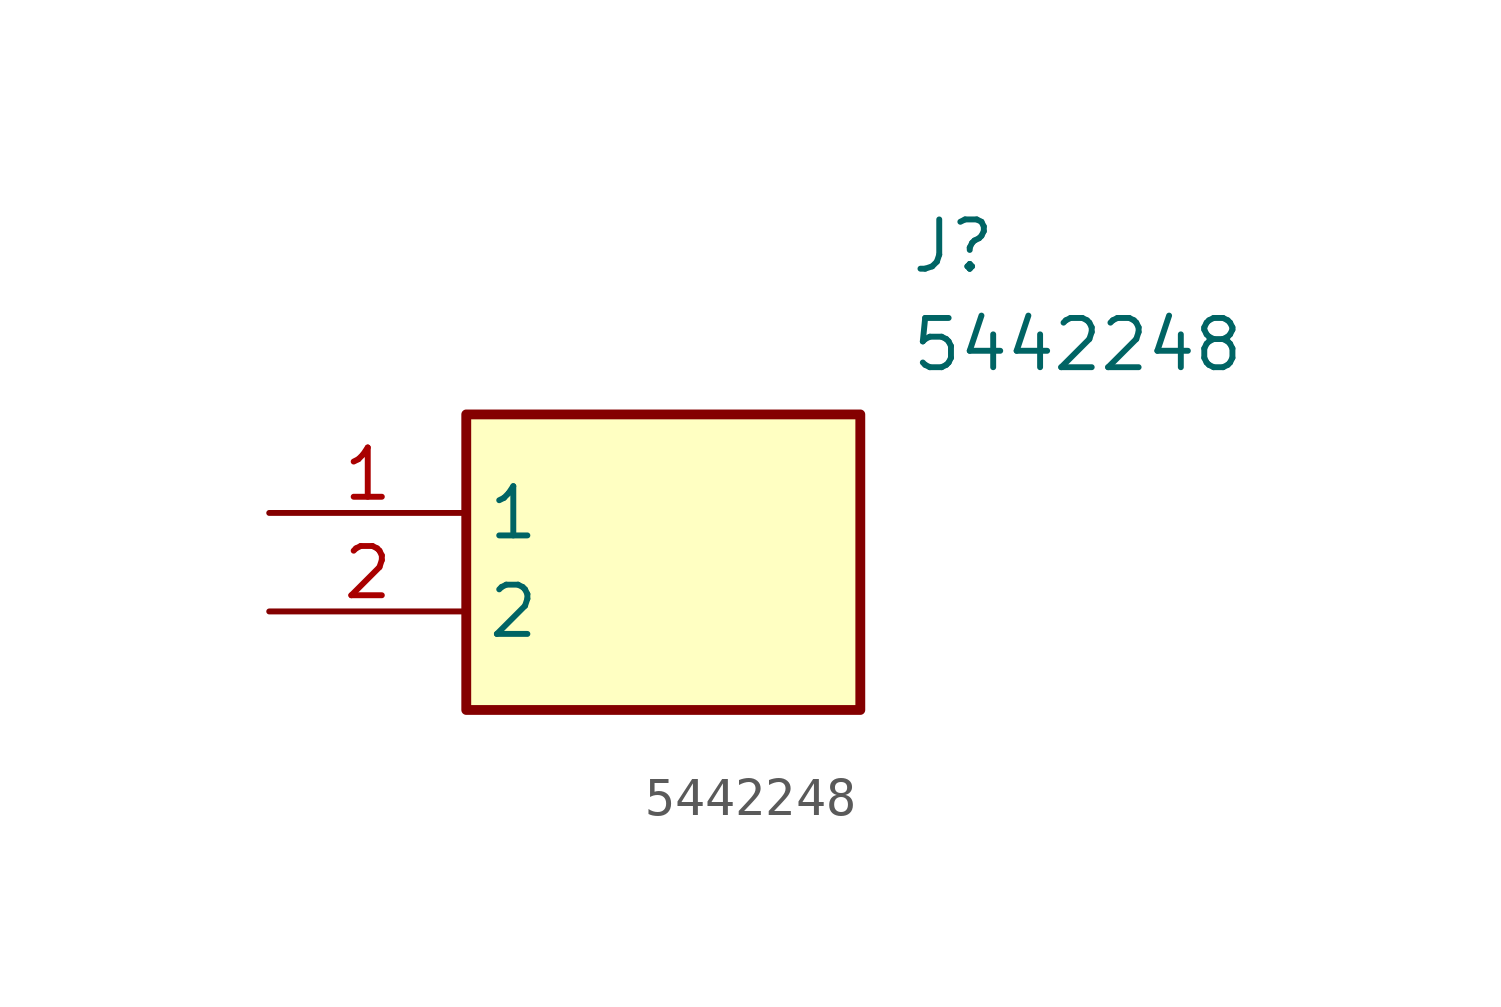
<source format=kicad_sym>
(kicad_symbol_lib
  (version 20211014)
  (generator SamacSys_ECAD_Model)
  (symbol "5442248"
    (property "Reference" "J"
      (at 16.51 7.62 0)
      (effects (font (size 1.27 1.27)) (justify left top)))
    (property "Value" "5442248"
      (at 16.51 5.08 0)
      (effects (font (size 1.27 1.27)) (justify left top)))
    (rectangle
      (start 5.08 2.54)
      (end 15.24 -5.08)
      (stroke (width 0.254) (type default))
      (fill (type background)))
    (pin passive line
      (at 0 0 0)
      (length 5.08)
      (name "1" (effects (font (size 1.27 1.27))))
      (number "1" (effects (font (size 1.27 1.27)))))
    (pin passive line
      (at 0 -2.54 0)
      (length 5.08)
      (name "2" (effects (font (size 1.27 1.27))))
      (number "2" (effects (font (size 1.27 1.27)))))))
</source>
